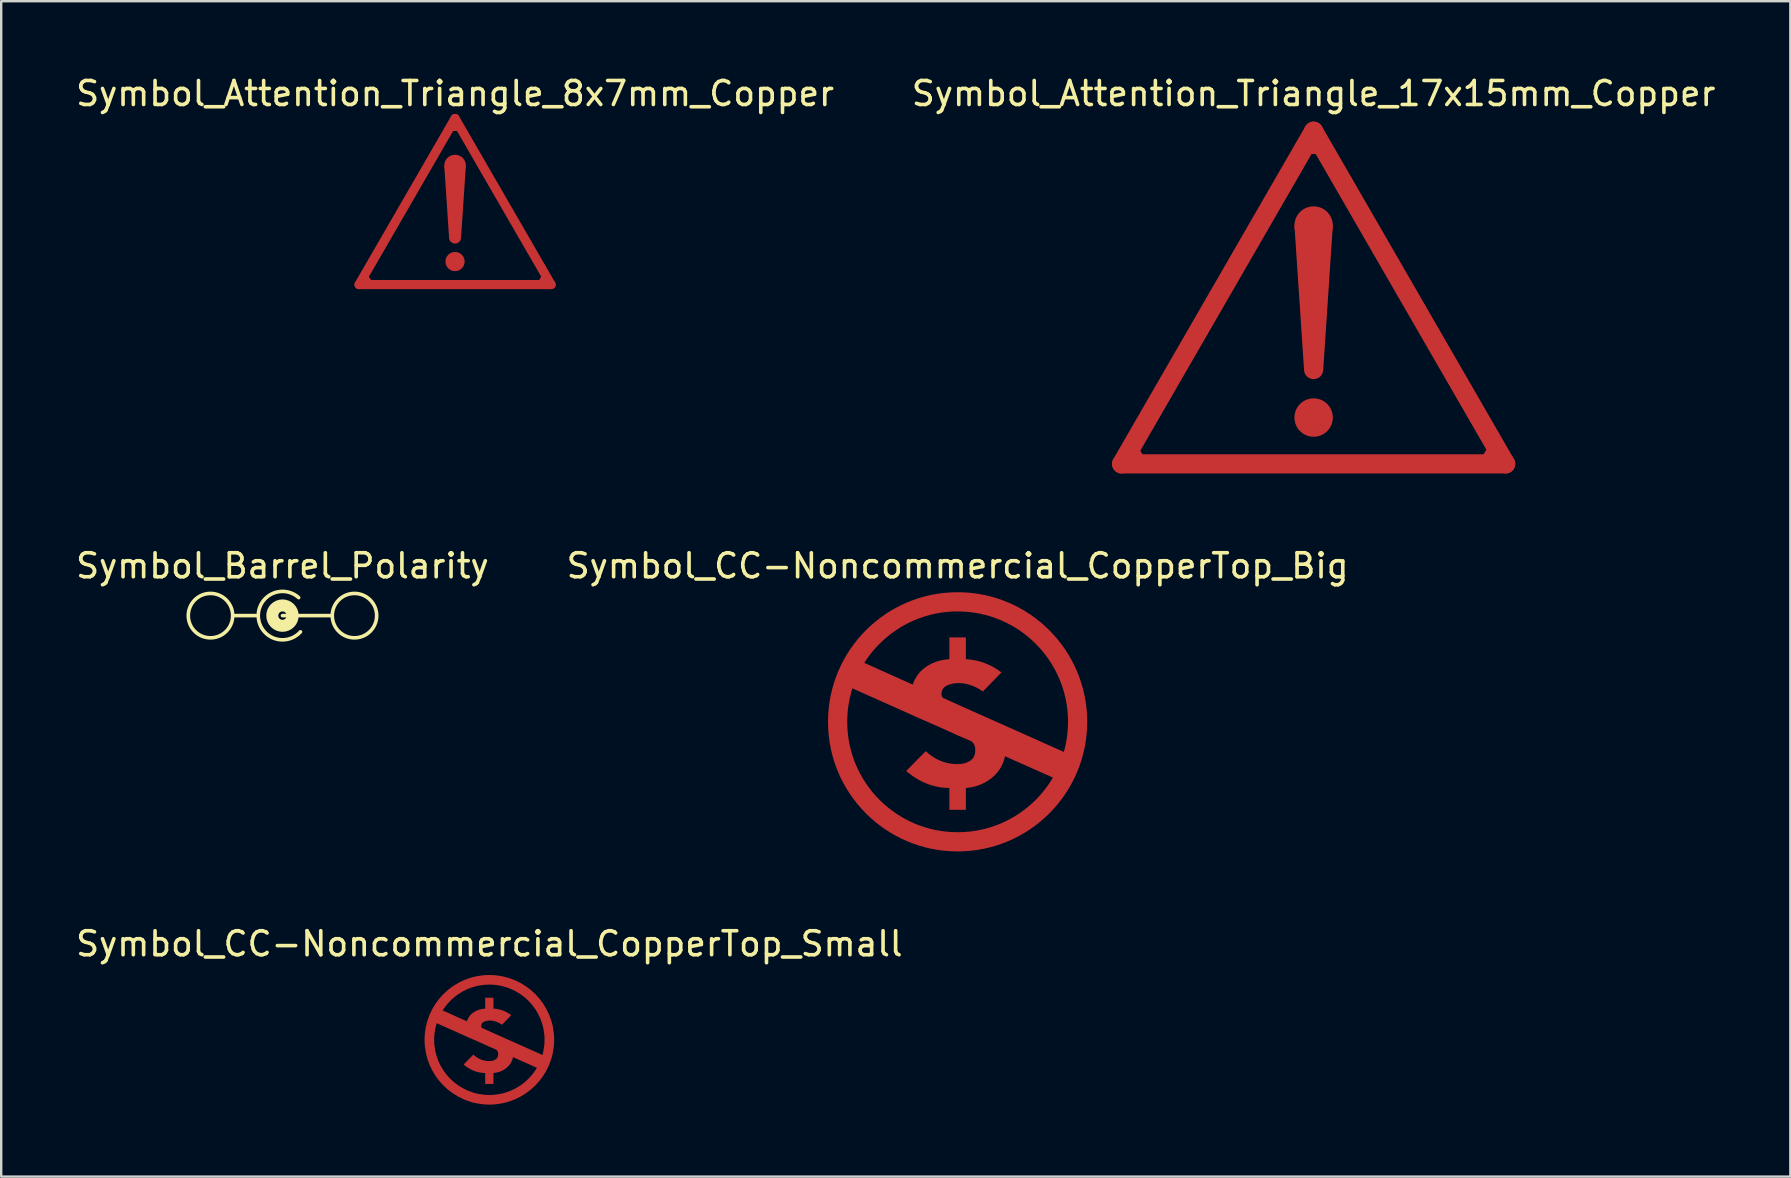
<source format=kicad_pcb>
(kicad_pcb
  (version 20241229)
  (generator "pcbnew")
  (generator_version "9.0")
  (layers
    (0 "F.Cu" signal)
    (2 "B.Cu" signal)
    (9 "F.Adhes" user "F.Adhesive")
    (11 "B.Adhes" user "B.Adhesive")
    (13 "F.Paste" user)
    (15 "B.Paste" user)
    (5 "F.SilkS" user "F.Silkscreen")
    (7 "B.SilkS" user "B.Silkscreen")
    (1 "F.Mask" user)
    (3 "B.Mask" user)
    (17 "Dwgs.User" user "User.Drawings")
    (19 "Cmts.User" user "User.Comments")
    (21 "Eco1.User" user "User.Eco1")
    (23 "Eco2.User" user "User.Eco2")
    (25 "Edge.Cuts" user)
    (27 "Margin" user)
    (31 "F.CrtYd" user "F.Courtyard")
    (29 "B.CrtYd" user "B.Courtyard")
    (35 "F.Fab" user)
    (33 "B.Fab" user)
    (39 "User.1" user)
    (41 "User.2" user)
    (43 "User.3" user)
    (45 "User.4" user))
  (footprint "Symbol_CC-Noncommercial_CopperTop_Big"
    (layer "F.Cu")
    (at 36.851 27.026)
    (property "Reference" "Symbol_CC-Noncommercial_CopperTop_Big" (at 0 -6.5 0) (layer "F.SilkS") (effects (font (size 1 1) (thickness 0.15))))
    (attr exclude_from_pos_files exclude_from_bom allow_missing_courtyard)
    (fp_circle (center 0 0) (end 5 0) (stroke (width 0.8) (type default)) (fill no) (layer "F.Cu"))
    (fp_poly (pts (xy 0.344 -2.609) (xy 0.446 -2.602) (xy 0.546 -2.591) (xy 0.645 -2.576) (xy 0.743 -2.558) (xy 0.839 -2.537) (xy 0.935 -2.511) (xy 1.029 -2.482) (xy 1.122 -2.45) (xy 1.214 -2.414) (xy 1.305 -2.374) (xy 1.395 -2.33) (xy 1.483 -2.283) (xy 1.571 -2.233) (xy 1.657 -2.178) (xy 1.742 -2.12) (xy 1.826 -2.058) (xy 1.053 -1.265) (xy 0.991 -1.307) (xy 0.929 -1.347) (xy 0.866 -1.383) (xy 0.803 -1.417) (xy 0.74 -1.449) (xy 0.677 -1.477) (xy 0.614 -1.503) (xy 0.551 -1.527) (xy 0.487 -1.547) (xy 0.423 -1.565) (xy 0.359 -1.58) (xy 0.295 -1.592) (xy 0.231 -1.602) (xy 0.167 -1.608) (xy 0.102 -1.612) (xy 0.037 -1.614) (xy 0.003 -1.613) (xy -0.031 -1.612) (xy -0.064 -1.61) (xy -0.097 -1.607) (xy -0.129 -1.603) (xy -0.161 -1.599) (xy -0.192 -1.593) (xy -0.223 -1.587) (xy -0.254 -1.58) (xy -0.284 -1.572) (xy -0.313 -1.564) (xy -0.343 -1.554) (xy -0.371 -1.544) (xy -0.399 -1.533) (xy -0.427 -1.521) (xy -0.455 -1.508) (xy -0.468 -1.501) (xy -0.481 -1.494) (xy -0.493 -1.487) (xy -0.505 -1.479) (xy -0.517 -1.471) (xy -0.528 -1.463) (xy -0.539 -1.455) (xy -0.549 -1.446) (xy -0.559 -1.437) (xy -0.569 -1.427) (xy -0.578 -1.418) (xy -0.587 -1.408) (xy -0.595 -1.398) (xy -0.603 -1.387) (xy -0.61 -1.376) (xy -0.617 -1.365) (xy -0.624 -1.354) (xy -0.63 -1.342) (xy -0.636 -1.33) (xy -0.641 -1.318) (xy -0.646 -1.305) (xy -0.65 -1.292) (xy -0.654 -1.279) (xy -0.658 -1.266) (xy -0.661 -1.252) (xy -0.664 -1.238) (xy -0.666 -1.224) (xy -0.668 -1.209) (xy -0.67 -1.194) (xy -0.671 -1.179) (xy -0.672 -1.148) (xy -0.671 -1.139) (xy -0.671 -1.13) (xy -0.67 -1.12) (xy -0.668 -1.111) (xy -0.666 -1.102) (xy -0.664 -1.093) (xy -0.662 -1.083) (xy -0.658 -1.074) (xy -0.655 -1.065) (xy -0.651 -1.056) (xy -0.647 -1.046) (xy -0.642 -1.037) (xy -0.637 -1.028) (xy -0.631 -1.019) (xy -0.625 -1.009) (xy -0.619 -1) (xy 0.133 -0.661) (xy 0.651 -0.428) (xy 1.604 -0.005) (xy 4.641 1.35) (xy 4.207 2.429) (xy 1.974 1.434) (xy 1.958 1.503) (xy 1.939 1.571) (xy 1.918 1.637) (xy 1.894 1.702) (xy 1.868 1.765) (xy 1.839 1.826) (xy 1.808 1.885) (xy 1.774 1.943) (xy 1.737 2) (xy 1.698 2.055) (xy 1.656 2.108) (xy 1.611 2.159) (xy 1.564 2.209) (xy 1.515 2.258) (xy 1.462 2.304) (xy 1.408 2.349) (xy 1.351 2.392) (xy 1.292 2.433) (xy 1.233 2.472) (xy 1.172 2.508) (xy 1.11 2.541) (xy 1.047 2.573) (xy 0.982 2.602) (xy 0.916 2.629) (xy 0.849 2.653) (xy 0.781 2.675) (xy 0.711 2.694) (xy 0.64 2.712) (xy 0.568 2.726) (xy 0.495 2.739) (xy 0.42 2.749) (xy 0.344 2.757) (xy 0.344 3.667) (xy -0.344 3.667) (xy -0.344 2.757) (xy -0.467 2.753) (xy -0.588 2.744) (xy -0.707 2.729) (xy -0.826 2.709) (xy -0.943 2.683) (xy -1.059 2.652) (xy -1.173 2.616) (xy -1.286 2.575) (xy -1.398 2.528) (xy -1.508 2.475) (xy -1.618 2.417) (xy -1.725 2.354) (xy -1.832 2.286) (xy -1.937 2.212) (xy -2.041 2.133) (xy -2.143 2.048) (xy -1.328 1.223) (xy -1.255 1.288) (xy -1.18 1.349) (xy -1.105 1.406) (xy -1.028 1.459) (xy -0.949 1.507) (xy -0.87 1.551) (xy -0.789 1.591) (xy -0.707 1.627) (xy -0.623 1.659) (xy -0.539 1.686) (xy -0.453 1.709) (xy -0.366 1.728) (xy -0.278 1.743) (xy -0.188 1.754) (xy -0.097 1.76) (xy -0.005 1.762) (xy 0.033 1.761) (xy 0.07 1.76) (xy 0.106 1.757) (xy 0.142 1.753) (xy 0.178 1.749) (xy 0.212 1.743) (xy 0.246 1.736) (xy 0.279 1.728) (xy 0.311 1.719) (xy 0.343 1.708) (xy 0.374 1.697) (xy 0.404 1.685) (xy 0.434 1.671) (xy 0.463 1.657) (xy 0.491 1.641) (xy 0.519 1.624) (xy 0.532 1.616) (xy 0.545 1.607) (xy 0.557 1.597) (xy 0.57 1.587) (xy 0.581 1.577) (xy 0.592 1.567) (xy 0.603 1.556) (xy 0.614 1.545) (xy 0.624 1.533) (xy 0.633 1.521) (xy 0.642 1.509) (xy 0.651 1.496) (xy 0.659 1.483) (xy 0.667 1.47) (xy 0.674 1.456) (xy 0.681 1.442) (xy 0.688 1.428) (xy 0.694 1.413) (xy 0.7 1.398) (xy 0.705 1.382) (xy 0.71 1.367) (xy 0.715 1.35) (xy 0.719 1.334) (xy 0.722 1.317) (xy 0.728 1.282) (xy 0.732 1.246) (xy 0.735 1.208) (xy 0.736 1.169) (xy 0.735 1.142) (xy 0.733 1.115) (xy 0.73 1.089) (xy 0.726 1.063) (xy 0.72 1.039) (xy 0.713 1.014) (xy 0.705 0.991) (xy 0.696 0.968) (xy 0.685 0.946) (xy 0.674 0.925) (xy 0.661 0.904) (xy 0.646 0.884) (xy 0.631 0.864) (xy 0.614 0.845) (xy 0.596 0.827) (xy 0.577 0.809) (xy 0.005 0.566) (xy -0.693 0.248) (xy -1.635 -0.165) (xy -4.662 -1.519) (xy -4.133 -2.566) (xy -1.868 -1.55) (xy -1.848 -1.608) (xy -1.827 -1.664) (xy -1.803 -1.719) (xy -1.777 -1.772) (xy -1.749 -1.823) (xy -1.719 -1.874) (xy -1.687 -1.922) (xy -1.653 -1.97) (xy -1.617 -2.016) (xy -1.579 -2.06) (xy -1.539 -2.103) (xy -1.497 -2.145) (xy -1.452 -2.185) (xy -1.406 -2.223) (xy -1.357 -2.261) (xy -1.307 -2.296) (xy -1.255 -2.331) (xy -1.201 -2.363) (xy -1.147 -2.393) (xy -1.092 -2.421) (xy -1.035 -2.447) (xy -0.978 -2.472) (xy -0.919 -2.494) (xy -0.86 -2.515) (xy -0.799 -2.533) (xy -0.737 -2.55) (xy -0.674 -2.564) (xy -0.61 -2.577) (xy -0.545 -2.588) (xy -0.479 -2.597) (xy -0.412 -2.604) (xy -0.344 -2.609) (xy -0.344 -3.519) (xy 0.344 -3.519)) (stroke (width 0) (type solid)) (fill yes) (layer "F.Cu")))
  (footprint "Symbol_Barrel_Polarity"
    (layer "F.Cu")
    (at 8.72 22.526)
    (property "Reference" "Symbol_Barrel_Polarity" (at 0 -2 0) (layer "F.SilkS") (effects (font (size 1 1) (thickness 0.15))))
    (attr exclude_from_pos_files exclude_from_bom allow_missing_courtyard)
    (fp_line (start -2 0.075) (end -1.1 0.075) (stroke (width 0.15) (type solid)) (layer "F.SilkS"))
    (fp_line (start 0 0.075) (end 2 0.075) (stroke (width 0.15) (type solid)) (layer "F.SilkS"))
    (fp_arc (start 0.75 0.75) (mid -1.007627 0.128033) (end 0.675 -0.675) (stroke (width 0.15) (type solid)) (layer "F.SilkS"))
    (fp_circle (center -3 0.075) (end -3 1) (stroke (width 0.15) (type solid)) (fill no) (layer "F.SilkS"))
    (fp_circle (center 0 0.075) (end 0 0.25) (stroke (width 0.5) (type solid)) (fill no) (layer "F.SilkS"))
    (fp_circle (center 3 0.075) (end 3 1) (stroke (width 0.15) (type solid)) (fill no) (layer "F.SilkS")))
  (footprint "Symbol_CC-Noncommercial_CopperTop_Small"
    (layer "F.Cu")
    (at 17.339 40.275)
    (property "Reference" "Symbol_CC-Noncommercial_CopperTop_Small" (at 0 -4 0) (layer "F.SilkS") (effects (font (size 1 1) (thickness 0.15))))
    (attr exclude_from_pos_files exclude_from_bom allow_missing_courtyard)
    (fp_circle (center 0.001 0) (end 2.501 0) (stroke (width 0.4) (type default)) (fill no) (layer "F.Cu"))
    (fp_poly (pts (xy 0.172 -1.299) (xy 0.222 -1.296) (xy 0.272 -1.29) (xy 0.322 -1.283) (xy 0.371 -1.274) (xy 0.419 -1.263) (xy 0.467 -1.25) (xy 0.514 -1.236) (xy 0.561 -1.22) (xy 0.607 -1.202) (xy 0.652 -1.182) (xy 0.697 -1.16) (xy 0.741 -1.136) (xy 0.785 -1.111) (xy 0.828 -1.084) (xy 0.871 -1.055) (xy 0.912 -1.024) (xy 0.526 -0.627) (xy 0.495 -0.648) (xy 0.464 -0.668) (xy 0.432 -0.686) (xy 0.401 -0.703) (xy 0.37 -0.719) (xy 0.338 -0.733) (xy 0.306 -0.746) (xy 0.275 -0.758) (xy 0.243 -0.768) (xy 0.211 -0.777) (xy 0.179 -0.785) (xy 0.147 -0.791) (xy 0.115 -0.795) (xy 0.083 -0.799) (xy 0.051 -0.801) (xy 0.018 -0.802) (xy 0.001 -0.801) (xy -0.016 -0.801) (xy -0.032 -0.8) (xy -0.049 -0.798) (xy -0.065 -0.796) (xy -0.081 -0.794) (xy -0.097 -0.791) (xy -0.112 -0.788) (xy -0.127 -0.785) (xy -0.142 -0.781) (xy -0.157 -0.777) (xy -0.172 -0.772) (xy -0.186 -0.767) (xy -0.2 -0.761) (xy -0.214 -0.755) (xy -0.228 -0.749) (xy -0.235 -0.745) (xy -0.241 -0.742) (xy -0.247 -0.738) (xy -0.253 -0.734) (xy -0.259 -0.73) (xy -0.265 -0.726) (xy -0.27 -0.722) (xy -0.275 -0.718) (xy -0.28 -0.713) (xy -0.285 -0.708) (xy -0.29 -0.704) (xy -0.294 -0.699) (xy -0.298 -0.694) (xy -0.302 -0.688) (xy -0.306 -0.683) (xy -0.309 -0.677) (xy -0.313 -0.672) (xy -0.316 -0.666) (xy -0.318 -0.66) (xy -0.321 -0.654) (xy -0.324 -0.647) (xy -0.326 -0.641) (xy -0.328 -0.634) (xy -0.33 -0.628) (xy -0.331 -0.621) (xy -0.333 -0.614) (xy -0.334 -0.607) (xy -0.335 -0.599) (xy -0.335 -0.592) (xy -0.336 -0.584) (xy -0.336 -0.569) (xy -0.336 -0.564) (xy -0.336 -0.56) (xy -0.335 -0.555) (xy -0.335 -0.55) (xy -0.334 -0.546) (xy -0.333 -0.541) (xy -0.331 -0.536) (xy -0.33 -0.532) (xy -0.328 -0.527) (xy -0.326 -0.523) (xy -0.324 -0.518) (xy -0.322 -0.513) (xy -0.319 -0.509) (xy -0.316 -0.504) (xy -0.313 -0.499) (xy -0.31 -0.495) (xy 0.066 -0.325) (xy 0.325 -0.209) (xy 0.801 0.003) (xy 2.32 0.68) (xy 2.103 1.22) (xy 0.986 0.722) (xy 0.978 0.757) (xy 0.969 0.791) (xy 0.959 0.824) (xy 0.947 0.856) (xy 0.934 0.888) (xy 0.919 0.918) (xy 0.903 0.948) (xy 0.886 0.977) (xy 0.868 1.005) (xy 0.848 1.033) (xy 0.827 1.059) (xy 0.805 1.085) (xy 0.782 1.11) (xy 0.757 1.134) (xy 0.731 1.157) (xy 0.703 1.18) (xy 0.675 1.201) (xy 0.646 1.222) (xy 0.616 1.241) (xy 0.586 1.259) (xy 0.554 1.276) (xy 0.523 1.292) (xy 0.491 1.306) (xy 0.458 1.32) (xy 0.424 1.332) (xy 0.39 1.343) (xy 0.355 1.352) (xy 0.32 1.361) (xy 0.283 1.368) (xy 0.247 1.375) (xy 0.209 1.38) (xy 0.171 1.384) (xy 0.171 1.839) (xy -0.173 1.839) (xy -0.173 1.384) (xy -0.234 1.382) (xy -0.294 1.377) (xy -0.354 1.37) (xy -0.413 1.36) (xy -0.472 1.347) (xy -0.53 1.331) (xy -0.587 1.313) (xy -0.644 1.293) (xy -0.7 1.269) (xy -0.755 1.243) (xy -0.809 1.214) (xy -0.863 1.182) (xy -0.916 1.148) (xy -0.969 1.111) (xy -1.021 1.072) (xy -1.072 1.029) (xy -0.665 0.617) (xy -0.628 0.649) (xy -0.591 0.68) (xy -0.553 0.708) (xy -0.514 0.735) (xy -0.475 0.759) (xy -0.435 0.781) (xy -0.395 0.801) (xy -0.354 0.819) (xy -0.312 0.835) (xy -0.27 0.848) (xy -0.227 0.86) (xy -0.184 0.869) (xy -0.139 0.877) (xy -0.095 0.882) (xy -0.049 0.885) (xy -0.003 0.886) (xy 0.016 0.886) (xy 0.034 0.885) (xy 0.053 0.884) (xy 0.071 0.882) (xy 0.088 0.88) (xy 0.105 0.877) (xy 0.122 0.873) (xy 0.139 0.869) (xy 0.155 0.865) (xy 0.171 0.859) (xy 0.187 0.854) (xy 0.202 0.848) (xy 0.216 0.841) (xy 0.231 0.834) (xy 0.245 0.826) (xy 0.259 0.817) (xy 0.265 0.813) (xy 0.272 0.809) (xy 0.278 0.804) (xy 0.284 0.799) (xy 0.29 0.794) (xy 0.296 0.789) (xy 0.301 0.783) (xy 0.306 0.778) (xy 0.311 0.772) (xy 0.316 0.766) (xy 0.321 0.76) (xy 0.325 0.753) (xy 0.329 0.747) (xy 0.333 0.74) (xy 0.337 0.733) (xy 0.34 0.726) (xy 0.343 0.719) (xy 0.347 0.712) (xy 0.349 0.704) (xy 0.352 0.696) (xy 0.354 0.689) (xy 0.357 0.68) (xy 0.359 0.672) (xy 0.361 0.664) (xy 0.364 0.646) (xy 0.366 0.628) (xy 0.367 0.609) (xy 0.367 0.59) (xy 0.367 0.576) (xy 0.366 0.563) (xy 0.365 0.55) (xy 0.362 0.537) (xy 0.36 0.525) (xy 0.356 0.512) (xy 0.352 0.501) (xy 0.347 0.489) (xy 0.342 0.478) (xy 0.336 0.468) (xy 0.33 0.457) (xy 0.323 0.447) (xy 0.315 0.437) (xy 0.306 0.428) (xy 0.297 0.419) (xy 0.288 0.41) (xy 0.002 0.288) (xy -0.347 0.129) (xy -0.818 -0.077) (xy -2.331 -0.754) (xy -2.067 -1.278) (xy -0.934 -0.77) (xy -0.925 -0.799) (xy -0.914 -0.827) (xy -0.902 -0.854) (xy -0.889 -0.881) (xy -0.875 -0.906) (xy -0.86 -0.932) (xy -0.844 -0.956) (xy -0.827 -0.98) (xy -0.809 -1.003) (xy -0.79 -1.025) (xy -0.77 -1.046) (xy -0.749 -1.067) (xy -0.727 -1.087) (xy -0.703 -1.106) (xy -0.679 -1.125) (xy -0.654 -1.143) (xy -0.628 -1.16) (xy -0.601 -1.176) (xy -0.574 -1.191) (xy -0.546 -1.205) (xy -0.518 -1.218) (xy -0.49 -1.231) (xy -0.46 -1.242) (xy -0.43 -1.252) (xy -0.4 -1.261) (xy -0.369 -1.27) (xy -0.338 -1.277) (xy -0.306 -1.283) (xy -0.273 -1.289) (xy -0.24 -1.293) (xy -0.207 -1.297) (xy -0.172 -1.299) (xy -0.172 -1.754) (xy 0.172 -1.754)) (stroke (width 0) (type solid)) (fill yes) (layer "F.Cu")))
  (footprint "Symbol_Attention_Triangle_8x7mm_Copper"
    (layer "F.Cu")
    (at 15.911 5.348)
    (property "Reference" "Symbol_Attention_Triangle_8x7mm_Copper" (at 0 -4.5 0) (layer "F.SilkS") (effects (font (size 1 1) (thickness 0.15))))
    (attr exclude_from_pos_files exclude_from_bom allow_missing_courtyard)
    (fp_line (start -4 3.46) (end 0 -3.46) (stroke (width 0.381) (type solid)) (layer "F.Cu"))
    (fp_line (start -3.51 3.44) (end -3.776 3.031) (stroke (width 0.2) (type default)) (layer "F.Cu"))
    (fp_line (start -0.15 -3.04) (end 0.16 -3.04) (stroke (width 0.2) (type default)) (layer "F.Cu"))
    (fp_line (start 0 -3.46) (end 4 3.46) (stroke (width 0.381) (type solid)) (layer "F.Cu"))
    (fp_line (start 3.51 3.44) (end 3.776 3.031) (stroke (width 0.2) (type default)) (layer "F.Cu"))
    (fp_line (start 4 3.46) (end -4 3.46) (stroke (width 0.381) (type solid)) (layer "F.Cu"))
    (fp_circle (center 0 -1.5) (end 0.45 -1.5) (stroke (width 0) (type solid)) (fill yes) (layer "F.Cu"))
    (fp_circle (center 0 1.5) (end 0.25 1.5) (stroke (width 0) (type solid)) (fill yes) (layer "F.Cu"))
    (fp_circle (center 0 2.5) (end 0.4 2.5) (stroke (width 0) (type solid)) (fill yes) (layer "F.Cu"))
    (fp_poly (pts (xy -0.25 1.5) (xy 0.25 1.5) (xy 0.45 -1.5) (xy -0.45 -1.5)) (stroke (width 0) (type solid)) (fill yes) (layer "F.Cu")))
  (footprint "Symbol_Attention_Triangle_17x15mm_Copper"
    (layer "F.Cu")
    (at 51.685 9.348)
    (property "Reference" "Symbol_Attention_Triangle_17x15mm_Copper" (at 0 -8.5 0) (layer "F.SilkS") (effects (font (size 1 1) (thickness 0.15))))
    (attr exclude_from_pos_files exclude_from_bom allow_missing_courtyard)
    (fp_line (start -8 6.93) (end 0 -6.93) (stroke (width 0.8) (type solid)) (layer "F.Cu"))
    (fp_line (start -7.137 6.705) (end -7.403 6.295) (stroke (width 0.2) (type default)) (layer "F.Cu"))
    (fp_line (start -0.27 -6.08) (end 0.25 -6.08) (stroke (width 0.2) (type default)) (layer "F.Cu"))
    (fp_line (start 7.097 6.685) (end 7.363 6.275) (stroke (width 0.2) (type default)) (layer "F.Cu"))
    (fp_line (start 8 6.93) (end -8 6.93) (stroke (width 0.8) (type solid)) (layer "F.Cu"))
    (fp_line (start 8 6.93) (end 0 -6.93) (stroke (width 0.8) (type solid)) (layer "F.Cu"))
    (fp_line (start 8 6.93) (end 7.55 6.15) (stroke (width 0.2) (type default)) (layer "F.Cu"))
    (fp_circle (center 0 -3) (end 0.8 -3) (stroke (width 0) (type solid)) (fill yes) (layer "F.Cu"))
    (fp_circle (center 0 3) (end 0.4 3) (stroke (width 0) (type solid)) (fill yes) (layer "F.Cu"))
    (fp_circle (center 0 5) (end 0.8 5) (stroke (width 0) (type solid)) (fill yes) (layer "F.Cu"))
    (fp_poly (pts (xy -0.4 3) (xy 0.4 3) (xy 0.8 -3) (xy -0.8 -3)) (stroke (width 0) (type solid)) (fill yes) (layer "F.Cu")))
  (gr_rect
    (start -3 -3)
    (end 71.548 45.975)
    (stroke (width 0.1) (type default))
    (fill no)
    (layer "Edge.Cuts")))
</source>
